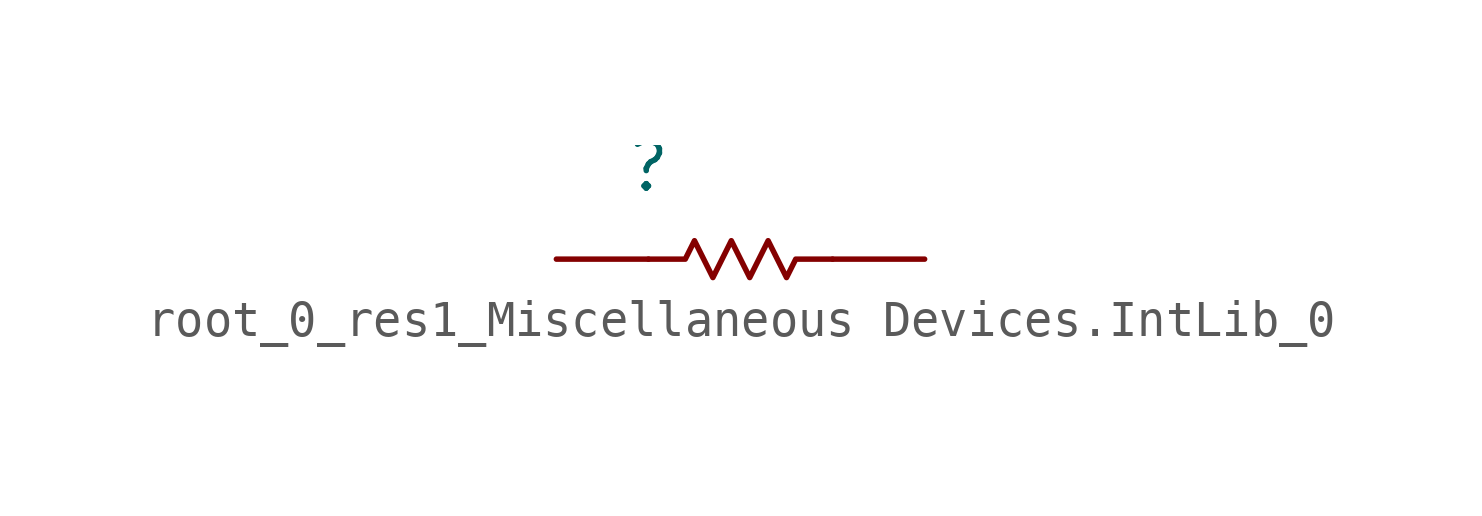
<source format=kicad_sym>
(kicad_symbol_lib
  (version 20241209)
  (generator "kicad_symbol_editor")
  (generator_version "9.0")
  (symbol "root_0_res1_Miscellaneous Devices.IntLib_0"
    (pin_numbers
      (hide yes))
    (pin_names
      (hide yes))
    (property "Reference" ""
      (at 0 0 0)
      (effects (font (size 1.27 1.27))))
    (property "Value" ""
      (at 0 0 0)
      (effects (font (size 1.27 1.27))))
    (symbol "root_0_res1_Miscellaneous Devices.IntLib_0_1_0"
      (polyline (pts (xy 5.08 -2.54) (xy 4.064 -2.54) (xy 3.81 -3.048) (xy 3.302 -2.032) (xy 2.794 -3.048) (xy 2.286 -2.032) (xy 1.778 -3.048) (xy 1.27 -2.032) (xy 1.016 -2.54) (xy 0 -2.54)) (stroke (width 0) (type solid)) (fill (type none)))
      (pin passive line (at -2.54 -2.54 0) (length 2.54) (name "1" (effects (font (size 1.27 1.27)))) (number "1" (effects (font (size 1.27 1.27)))))
      (pin passive line (at 7.62 -2.54 180) (length 2.54) (name "2" (effects (font (size 1.27 1.27)))) (number "2" (effects (font (size 1.27 1.27))))))))
</source>
